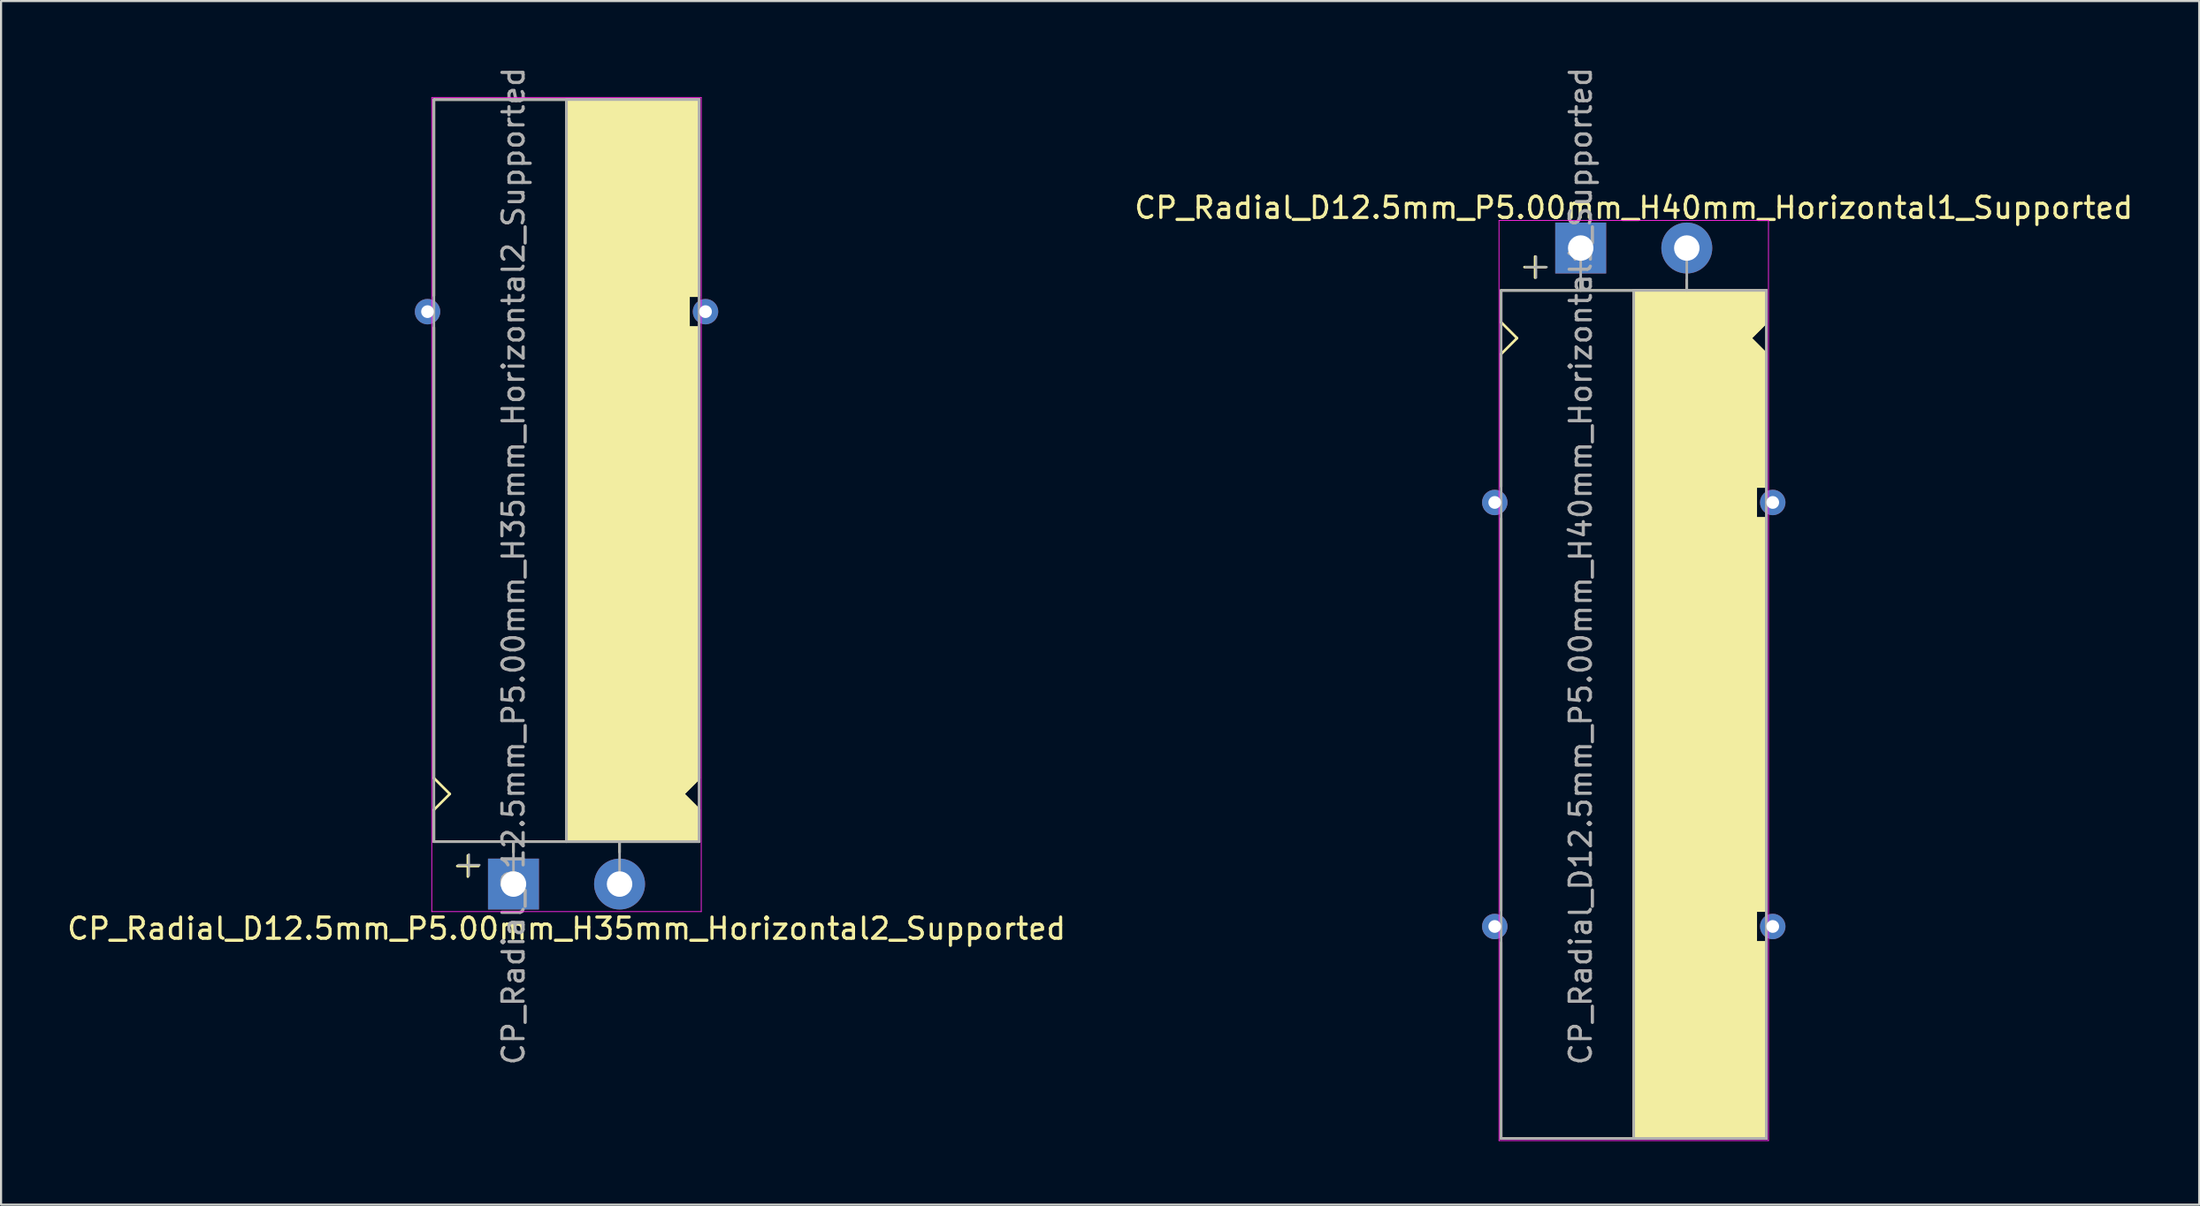
<source format=kicad_pcb>
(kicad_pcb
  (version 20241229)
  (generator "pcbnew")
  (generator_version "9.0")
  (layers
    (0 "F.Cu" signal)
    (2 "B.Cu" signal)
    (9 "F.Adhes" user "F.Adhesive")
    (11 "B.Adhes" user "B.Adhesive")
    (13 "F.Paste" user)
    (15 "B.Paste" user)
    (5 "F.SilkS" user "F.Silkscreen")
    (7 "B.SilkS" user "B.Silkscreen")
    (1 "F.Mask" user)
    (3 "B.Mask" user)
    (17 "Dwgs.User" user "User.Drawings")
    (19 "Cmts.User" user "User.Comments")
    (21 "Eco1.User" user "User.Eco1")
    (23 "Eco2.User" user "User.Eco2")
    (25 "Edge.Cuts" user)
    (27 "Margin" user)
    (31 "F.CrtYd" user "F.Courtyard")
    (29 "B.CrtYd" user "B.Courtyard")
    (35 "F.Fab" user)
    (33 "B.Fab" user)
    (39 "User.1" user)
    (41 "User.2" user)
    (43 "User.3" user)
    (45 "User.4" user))
  (footprint "CP_Radial_D12.5mm_P5.00mm_H35mm_Horizontal2_Supported"
    (layer "F.Cu")
    (at 21.149 38.649)
    (property "Reference" "CP_Radial_D12.5mm_P5.00mm_H35mm_Horizontal2_Supported" (at 2.5 2.1 180) (layer "F.SilkS") (effects (font (size 1 1) (thickness 0.15))))
    (attr through_hole)
    (fp_line (start -3.75 -37) (end -3.75 -27.75) (stroke (width 0.12) (type solid)) (layer "F.SilkS"))
    (fp_line (start -3.75 -5) (end -3.75 -26.25) (stroke (width 0.12) (type solid)) (layer "F.SilkS"))
    (fp_line (start -3.75 -3.5) (end -3 -4.25) (stroke (width 0.12) (type solid)) (layer "F.SilkS"))
    (fp_line (start -3.75 -2) (end -3.75 -3.5) (stroke (width 0.12) (type solid)) (layer "F.SilkS"))
    (fp_line (start -3 -4.25) (end -3.75 -5) (stroke (width 0.12) (type solid)) (layer "F.SilkS"))
    (fp_line (start -2.15 -1.35) (end -2.15 -0.35) (stroke (width 0.12) (type solid)) (layer "F.SilkS"))
    (fp_line (start -1.65 -0.85) (end -2.65 -0.85) (stroke (width 0.12) (type solid)) (layer "F.SilkS"))
    (fp_line (start 0 -1.5) (end 0 -2) (stroke (width 0.12) (type solid)) (layer "F.SilkS"))
    (fp_line (start 2.5 -2) (end -3.75 -2) (stroke (width 0.12) (type solid)) (layer "F.SilkS"))
    (fp_line (start 2.5 -2) (end 2.5 -37) (stroke (width 0.12) (type solid)) (layer "F.SilkS"))
    (fp_line (start 2.5 -2) (end 8.75 -2) (stroke (width 0.12) (type solid)) (layer "F.SilkS"))
    (fp_line (start 5 -1.5) (end 5 -2) (stroke (width 0.12) (type solid)) (layer "F.SilkS"))
    (fp_line (start 8 -4.25) (end 8.75 -5) (stroke (width 0.12) (type solid)) (layer "F.SilkS"))
    (fp_line (start 8.25 -27.75) (end 8.25 -26.25) (stroke (width 0.12) (type solid)) (layer "F.SilkS"))
    (fp_line (start 8.25 -26.25) (end 8.75 -26.25) (stroke (width 0.12) (type solid)) (layer "F.SilkS"))
    (fp_line (start 8.75 -37) (end -3.75 -37) (stroke (width 0.12) (type solid)) (layer "F.SilkS"))
    (fp_line (start 8.75 -37) (end 8.75 -27.75) (stroke (width 0.12) (type solid)) (layer "F.SilkS"))
    (fp_line (start 8.75 -27.75) (end 8.25 -27.75) (stroke (width 0.12) (type solid)) (layer "F.SilkS"))
    (fp_line (start 8.75 -5) (end 8.75 -26.25) (stroke (width 0.12) (type solid)) (layer "F.SilkS"))
    (fp_line (start 8.75 -3.5) (end 8 -4.25) (stroke (width 0.12) (type solid)) (layer "F.SilkS"))
    (fp_line (start 8.75 -2) (end 8.75 -3.5) (stroke (width 0.12) (type solid)) (layer "F.SilkS"))
    (fp_poly (pts (xy 8.75 -3.5) (xy 8 -4.25) (xy 8.75 -5) (xy 8.75 -26.25) (xy 8.25 -26.25) (xy 8.25 -27.75) (xy 8.75 -27.75) (xy 8.75 -37) (xy 2.5 -37) (xy 2.5 -2) (xy 8.75 -2)) (stroke (width 0.1) (type solid)) (fill yes) (layer "F.SilkS"))
    (fp_line (start -3.85 -37.1) (end -3.85 1.3) (stroke (width 0.04) (type solid)) (layer "F.CrtYd"))
    (fp_line (start 8.85 -37.1) (end -3.85 -37.1) (stroke (width 0.04) (type solid)) (layer "F.CrtYd"))
    (fp_line (start 8.85 1.3) (end -3.85 1.3) (stroke (width 0.04) (type solid)) (layer "F.CrtYd"))
    (fp_line (start 8.85 1.3) (end 8.85 -37.1) (stroke (width 0.04) (type solid)) (layer "F.CrtYd"))
    (fp_line (start -3.75 -37) (end 8.75 -37) (stroke (width 0.12) (type solid)) (layer "F.Fab"))
    (fp_line (start -3.75 -2) (end -3.75 -37) (stroke (width 0.12) (type solid)) (layer "F.Fab"))
    (fp_line (start -2.6 -0.9) (end -1.6 -0.9) (stroke (width 0.1) (type solid)) (layer "F.Fab"))
    (fp_line (start -2.1 -0.4) (end -2.1 -1.4) (stroke (width 0.1) (type solid)) (layer "F.Fab"))
    (fp_line (start 0 -2) (end -3.75 -2) (stroke (width 0.12) (type solid)) (layer "F.Fab"))
    (fp_line (start 0 0) (end 0 -2) (stroke (width 0.12) (type solid)) (layer "F.Fab"))
    (fp_line (start 2.5 -2) (end 2.5 -37) (stroke (width 0.12) (type solid)) (layer "F.Fab"))
    (fp_line (start 5 -2) (end 5 0) (stroke (width 0.12) (type solid)) (layer "F.Fab"))
    (fp_line (start 8.75 -37) (end 8.75 -2) (stroke (width 0.12) (type solid)) (layer "F.Fab"))
    (fp_line (start 8.75 -2) (end 0 -2) (stroke (width 0.12) (type solid)) (layer "F.Fab"))
    (fp_poly (pts (xy 8.75 -37) (xy 2.5 -37) (xy 2.5 -2) (xy 8.75 -2)) (stroke (width 0.1) (type solid)) (fill no) (layer "F.Fab"))
    (fp_text user "${REFERENCE}" (at 0 -15 90) (layer "F.Fab") (effects (font (size 1 1) (thickness 0.15))))
    (pad "" thru_hole circle (at -4.05 -27 180) (size 1.2 1.2) (drill 0.6) (layers "*.Cu" "*.Mask"))
    (pad "" thru_hole circle (at 9.05 -27 180) (size 1.2 1.2) (drill 0.6) (layers "*.Cu" "*.Mask"))
    (pad "1" thru_hole rect (at 0 0) (size 2.4 2.4) (drill 1.2) (layers "*.Cu" "*.Mask"))
    (pad "2" thru_hole circle (at 5 0) (size 2.4 2.4) (drill 1.2) (layers "*.Cu" "*.Mask")))
  (footprint "CP_Radial_D12.5mm_P5.00mm_H40mm_Horizontal1_Supported"
    (layer "F.Cu")
    (at 71.446 8.649)
    (property "Reference" "CP_Radial_D12.5mm_P5.00mm_H40mm_Horizontal1_Supported" (at 2.5 -1.9 180) (layer "F.SilkS") (effects (font (size 1 1) (thickness 0.15))))
    (attr through_hole)
    (fp_line (start -3.75 2) (end -3.75 3.5) (stroke (width 0.12) (type solid)) (layer "F.SilkS"))
    (fp_line (start -3.75 3.5) (end -3 4.25) (stroke (width 0.12) (type solid)) (layer "F.SilkS"))
    (fp_line (start -3.75 5) (end -3.75 11.25) (stroke (width 0.12) (type solid)) (layer "F.SilkS"))
    (fp_line (start -3.75 12.75) (end -3.75 31.25) (stroke (width 0.12) (type solid)) (layer "F.SilkS"))
    (fp_line (start -3.75 42) (end -3.75 32.75) (stroke (width 0.12) (type solid)) (layer "F.SilkS"))
    (fp_line (start -3 4.25) (end -3.75 5) (stroke (width 0.12) (type solid)) (layer "F.SilkS"))
    (fp_line (start -2.15 0.4) (end -2.15 1.4) (stroke (width 0.12) (type solid)) (layer "F.SilkS"))
    (fp_line (start -1.65 0.9) (end -2.65 0.9) (stroke (width 0.12) (type solid)) (layer "F.SilkS"))
    (fp_line (start 0 1.5) (end 0 2) (stroke (width 0.12) (type solid)) (layer "F.SilkS"))
    (fp_line (start 2.5 2) (end -3.75 2) (stroke (width 0.12) (type solid)) (layer "F.SilkS"))
    (fp_line (start 2.5 2) (end 2.5 42) (stroke (width 0.12) (type solid)) (layer "F.SilkS"))
    (fp_line (start 2.5 2) (end 8.75 2) (stroke (width 0.12) (type solid)) (layer "F.SilkS"))
    (fp_line (start 5 1.5) (end 5 2) (stroke (width 0.12) (type solid)) (layer "F.SilkS"))
    (fp_line (start 8 4.25) (end 8.75 5) (stroke (width 0.12) (type solid)) (layer "F.SilkS"))
    (fp_line (start 8.25 11.25) (end 8.75 11.25) (stroke (width 0.12) (type solid)) (layer "F.SilkS"))
    (fp_line (start 8.25 12.75) (end 8.25 11.25) (stroke (width 0.12) (type solid)) (layer "F.SilkS"))
    (fp_line (start 8.25 31.25) (end 8.75 31.25) (stroke (width 0.12) (type solid)) (layer "F.SilkS"))
    (fp_line (start 8.25 32.75) (end 8.25 31.25) (stroke (width 0.12) (type solid)) (layer "F.SilkS"))
    (fp_line (start 8.75 2) (end 8.75 3.5) (stroke (width 0.12) (type solid)) (layer "F.SilkS"))
    (fp_line (start 8.75 3.5) (end 8 4.25) (stroke (width 0.12) (type solid)) (layer "F.SilkS"))
    (fp_line (start 8.75 5) (end 8.75 11.25) (stroke (width 0.12) (type solid)) (layer "F.SilkS"))
    (fp_line (start 8.75 12.75) (end 8.25 12.75) (stroke (width 0.12) (type solid)) (layer "F.SilkS"))
    (fp_line (start 8.75 12.75) (end 8.75 31.25) (stroke (width 0.12) (type solid)) (layer "F.SilkS"))
    (fp_line (start 8.75 32.75) (end 8.25 32.75) (stroke (width 0.12) (type solid)) (layer "F.SilkS"))
    (fp_line (start 8.75 42) (end -3.75 42) (stroke (width 0.12) (type solid)) (layer "F.SilkS"))
    (fp_line (start 8.75 42) (end 8.75 32.75) (stroke (width 0.12) (type solid)) (layer "F.SilkS"))
    (fp_poly (pts (xy 8.75 3.5) (xy 8 4.25) (xy 8.75 5) (xy 8.75 11.25) (xy 8.25 11.25) (xy 8.25 12.75) (xy 8.75 12.75) (xy 8.75 31.25) (xy 8.25 31.25) (xy 8.25 32.75) (xy 8.75 32.75) (xy 8.75 42) (xy 2.5 42) (xy 2.5 2) (xy 8.75 2)) (stroke (width 0.1) (type solid)) (fill yes) (layer "F.SilkS"))
    (fp_line (start -3.85 -1.3) (end 8.85 -1.3) (stroke (width 0.04) (type solid)) (layer "F.CrtYd"))
    (fp_line (start -3.85 42.1) (end -3.85 -1.3) (stroke (width 0.04) (type solid)) (layer "F.CrtYd"))
    (fp_line (start 8.85 -1.3) (end 8.85 42.1) (stroke (width 0.04) (type solid)) (layer "F.CrtYd"))
    (fp_line (start 8.85 42.1) (end -3.85 42.1) (stroke (width 0.04) (type solid)) (layer "F.CrtYd"))
    (fp_line (start -3.75 2) (end -3.75 42) (stroke (width 0.12) (type solid)) (layer "F.Fab"))
    (fp_line (start -3.75 42) (end 8.75 42) (stroke (width 0.12) (type solid)) (layer "F.Fab"))
    (fp_line (start -2.6 0.9) (end -1.6 0.9) (stroke (width 0.1) (type solid)) (layer "F.Fab"))
    (fp_line (start -2.1 1.4) (end -2.1 0.4) (stroke (width 0.1) (type solid)) (layer "F.Fab"))
    (fp_line (start 0 0) (end 0 2) (stroke (width 0.12) (type solid)) (layer "F.Fab"))
    (fp_line (start 0 2) (end -3.75 2) (stroke (width 0.12) (type solid)) (layer "F.Fab"))
    (fp_line (start 2.5 2) (end 2.5 42) (stroke (width 0.12) (type solid)) (layer "F.Fab"))
    (fp_line (start 5 2) (end 5 0) (stroke (width 0.12) (type solid)) (layer "F.Fab"))
    (fp_line (start 8.75 2) (end 0 2) (stroke (width 0.12) (type solid)) (layer "F.Fab"))
    (fp_line (start 8.75 42) (end 8.75 2) (stroke (width 0.12) (type solid)) (layer "F.Fab"))
    (fp_poly (pts (xy 8.75 42) (xy 2.5 42) (xy 2.5 2) (xy 8.75 2)) (stroke (width 0.1) (type solid)) (fill no) (layer "F.Fab"))
    (fp_text user "${REFERENCE}" (at 0 15 90) (layer "F.Fab") (effects (font (size 1 1) (thickness 0.15))))
    (pad "" thru_hole circle (at -4.05 12) (size 1.2 1.2) (drill 0.6) (layers "*.Cu" "*.Mask"))
    (pad "" thru_hole circle (at -4.05 32) (size 1.2 1.2) (drill 0.6) (layers "*.Cu" "*.Mask"))
    (pad "" thru_hole circle (at 9.05 12) (size 1.2 1.2) (drill 0.6) (layers "*.Cu" "*.Mask"))
    (pad "" thru_hole circle (at 9.05 32) (size 1.2 1.2) (drill 0.6) (layers "*.Cu" "*.Mask"))
    (pad "1" thru_hole rect (at 0 0) (size 2.4 2.4) (drill 1.2) (layers "*.Cu" "*.Mask"))
    (pad "2" thru_hole circle (at 5 0) (size 2.4 2.4) (drill 1.2) (layers "*.Cu" "*.Mask")))
  (gr_rect
    (start -3 -3)
    (end 100.595 53.769)
    (stroke (width 0.1) (type default))
    (fill no)
    (layer "Edge.Cuts")))
</source>
